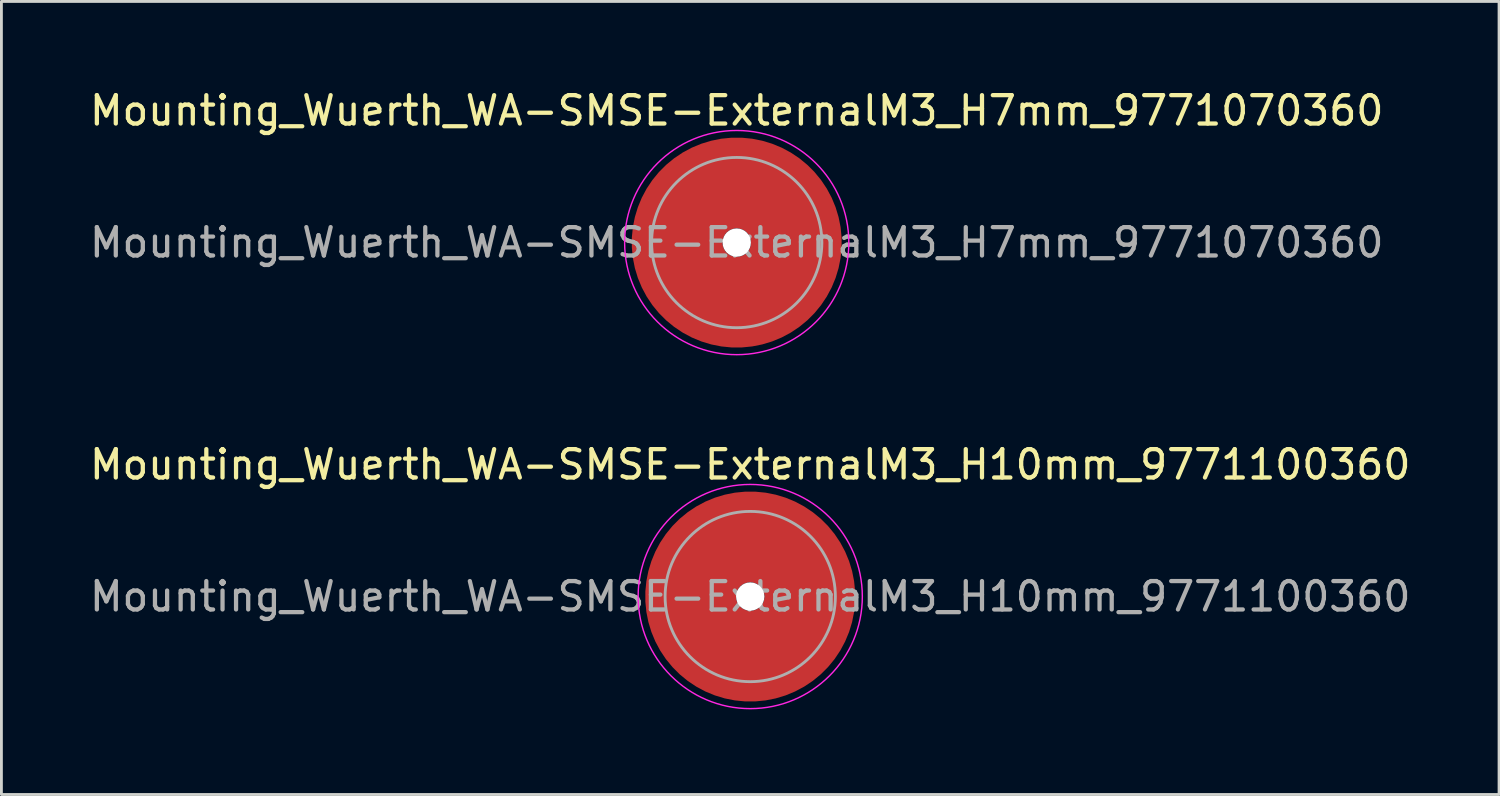
<source format=kicad_pcb>
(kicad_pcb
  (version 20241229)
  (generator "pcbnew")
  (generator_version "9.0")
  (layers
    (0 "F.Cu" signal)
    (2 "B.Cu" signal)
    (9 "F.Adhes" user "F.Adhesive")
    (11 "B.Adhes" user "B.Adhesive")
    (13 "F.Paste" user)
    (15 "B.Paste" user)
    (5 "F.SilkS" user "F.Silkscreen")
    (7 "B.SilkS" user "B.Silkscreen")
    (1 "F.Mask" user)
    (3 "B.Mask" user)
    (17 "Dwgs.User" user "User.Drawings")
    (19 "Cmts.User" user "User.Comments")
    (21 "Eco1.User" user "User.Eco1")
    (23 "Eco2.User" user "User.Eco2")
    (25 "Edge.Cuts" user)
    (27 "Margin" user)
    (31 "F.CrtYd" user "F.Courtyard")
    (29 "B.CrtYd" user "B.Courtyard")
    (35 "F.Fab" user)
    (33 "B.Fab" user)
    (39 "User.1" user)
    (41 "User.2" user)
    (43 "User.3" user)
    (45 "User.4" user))
  (footprint "Mounting_Wuerth_WA-SMSE-ExternalM3_H7mm_9771070360"
    (layer "F.Cu")
    (at 22.911 5.498)
    (property "Reference" "Mounting_Wuerth_WA-SMSE-ExternalM3_H7mm_9771070360" (at 0 -4.65 0) (layer "F.SilkS") (effects (font (size 1 1) (thickness 0.15))))
    (attr smd)
    (fp_circle (center 0 0) (end 3.95 0) (stroke (width 0.05) (type solid)) (fill no) (layer "F.CrtYd"))
    (fp_circle (center 0 0) (end 3 0) (stroke (width 0.1) (type solid)) (fill no) (layer "F.Fab"))
    (fp_text user "${REFERENCE}" (at 0 0 0) (layer "F.Fab") (effects (font (size 1 1) (thickness 0.15))))
    (pad "" smd custom (at 0 -2.1) (size 2.6 2.6) (layers "F.Paste") (options (anchor circle)) (primitives (gr_arc (start -0.305123 1.47) (mid 0 1.4) (end 0.305123 1.47) (width 0.2)) (gr_arc (start -0.493052 1.47) (mid 0 1.3) (end 0.493052 1.47) (width 0.2)) (gr_arc (start -0.642729 1.47) (mid 0 1.2) (end 0.642729 1.47) (width 0.2)) (gr_arc (start -0.776595 1.47) (mid 0 1.1) (end 0.776595 1.47) (width 0.2)) (gr_arc (start -0.901721 1.47) (mid 0 1) (end 0.901721 1.47) (width 0.2)) (gr_arc (start -1.021323 1.47) (mid 0 0.9) (end 1.021323 1.47) (width 0.2)) (gr_arc (start -1.137146 1.47) (mid 0 0.8) (end 1.137146 1.47) (width 0.2)) (gr_arc (start -1.25024 1.47) (mid 0 0.7) (end 1.25024 1.47) (width 0.2)) (gr_arc (start -1.361286 1.47) (mid 0 0.6) (end 1.361286 1.47) (width 0.2)) (gr_arc (start -1.470748 1.47) (mid 0 0.5) (end 1.470748 1.47) (width 0.2)) (gr_arc (start -1.578955 1.47) (mid 0 0.4) (end 1.578955 1.47) (width 0.2)) (gr_arc (start -1.686149 1.47) (mid 0 0.3) (end 1.686149 1.47) (width 0.2)) (gr_arc (start -1.792512 1.47) (mid 0 0.2) (end 1.792512 1.47) (width 0.2)) (gr_arc (start -1.898183 1.47) (mid 0 0.1) (end 1.898183 1.47) (width 0.2)) (gr_arc (start -2.003272 1.47) (mid 0 0) (end 2.003272 1.47) (width 0.2)) (gr_arc (start -2.107866 1.47) (mid 0 -0.1) (end 2.107866 1.47) (width 0.2)) (gr_arc (start -2.212035 1.47) (mid 0 -0.2) (end 2.212035 1.47) (width 0.2)) (gr_arc (start -2.315837 1.47) (mid 0 -0.3) (end 2.315837 1.47) (width 0.2)) (gr_arc (start -2.419318 1.47) (mid 0 -0.4) (end 2.419318 1.47) (width 0.2)) (gr_arc (start -2.522519 1.47) (mid 0 -0.5) (end 2.522519 1.47) (width 0.2)) (gr_arc (start -2.625471 1.47) (mid 0 -0.6) (end 2.625471 1.47) (width 0.2)) (gr_arc (start -2.728205 1.47) (mid 0 -0.7) (end 2.728205 1.47) (width 0.2)) (gr_arc (start -2.830742 1.47) (mid 0 -0.8) (end 2.830742 1.47) (width 0.2)) (gr_arc (start -2.933104 1.47) (mid 0 -0.9) (end 2.933104 1.47) (width 0.2)) (gr_arc (start -3.035309 1.47) (mid 0 -1) (end 3.035309 1.47) (width 0.2)) (gr_arc (start -3.137372 1.47) (mid 0 -1.1) (end 3.137372 1.47) (width 0.2)) (gr_arc (start -3.239305 1.47) (mid 0 -1.2) (end 3.239305 1.47) (width 0.2)) (gr_arc (start -3.341123 1.47) (mid 0 -1.3) (end 3.341123 1.47) (width 0.2)) (gr_arc (start -3.442833 1.47) (mid 0 -1.4) (end 3.442833 1.47) (width 0.2)) (gr_line (start 0.305 1.47) (end 3.443 1.47) (width 0.2)) (gr_line (start -0.305 1.47) (end -3.443 1.47) (width 0.2))))
    (pad "" np_thru_hole circle (at 0 0) (size 1 1) (drill 1) (layers "*.Cu" "*.Mask"))
    (pad "" smd custom (at 0 2.1) (size 2.6 2.6) (layers "F.Paste") (options (anchor circle)) (primitives (gr_arc (start 0.305123 -1.47) (mid 0 -1.4) (end -0.305123 -1.47) (width 0.2)) (gr_arc (start 0.493052 -1.47) (mid 0 -1.3) (end -0.493052 -1.47) (width 0.2)) (gr_arc (start 0.642729 -1.47) (mid 0 -1.2) (end -0.642729 -1.47) (width 0.2)) (gr_arc (start 0.776595 -1.47) (mid 0 -1.1) (end -0.776595 -1.47) (width 0.2)) (gr_arc (start 0.901721 -1.47) (mid 0 -1) (end -0.901721 -1.47) (width 0.2)) (gr_arc (start 1.021323 -1.47) (mid 0 -0.9) (end -1.021323 -1.47) (width 0.2)) (gr_arc (start 1.137146 -1.47) (mid 0 -0.8) (end -1.137146 -1.47) (width 0.2)) (gr_arc (start 1.25024 -1.47) (mid 0 -0.7) (end -1.25024 -1.47) (width 0.2)) (gr_arc (start 1.361286 -1.47) (mid 0 -0.6) (end -1.361286 -1.47) (width 0.2)) (gr_arc (start 1.470748 -1.47) (mid 0 -0.5) (end -1.470748 -1.47) (width 0.2)) (gr_arc (start 1.578955 -1.47) (mid 0 -0.4) (end -1.578955 -1.47) (width 0.2)) (gr_arc (start 1.686149 -1.47) (mid 0 -0.3) (end -1.686149 -1.47) (width 0.2)) (gr_arc (start 1.792512 -1.47) (mid 0 -0.2) (end -1.792512 -1.47) (width 0.2)) (gr_arc (start 1.898183 -1.47) (mid 0 -0.1) (end -1.898183 -1.47) (width 0.2)) (gr_arc (start 2.003272 -1.47) (mid 0 0) (end -2.003272 -1.47) (width 0.2)) (gr_arc (start 2.107866 -1.47) (mid 0 0.1) (end -2.107866 -1.47) (width 0.2)) (gr_arc (start 2.212035 -1.47) (mid 0 0.2) (end -2.212035 -1.47) (width 0.2)) (gr_arc (start 2.315837 -1.47) (mid 0 0.3) (end -2.315837 -1.47) (width 0.2)) (gr_arc (start 2.419318 -1.47) (mid 0 0.4) (end -2.419318 -1.47) (width 0.2)) (gr_arc (start 2.522519 -1.47) (mid 0 0.5) (end -2.522519 -1.47) (width 0.2)) (gr_arc (start 2.625471 -1.47) (mid 0 0.6) (end -2.625471 -1.47) (width 0.2)) (gr_arc (start 2.728205 -1.47) (mid 0 0.7) (end -2.728205 -1.47) (width 0.2)) (gr_arc (start 2.830742 -1.47) (mid 0 0.8) (end -2.830742 -1.47) (width 0.2)) (gr_arc (start 2.933104 -1.47) (mid 0 0.9) (end -2.933104 -1.47) (width 0.2)) (gr_arc (start 3.035309 -1.47) (mid 0 1) (end -3.035309 -1.47) (width 0.2)) (gr_arc (start 3.137372 -1.47) (mid 0 1.1) (end -3.137372 -1.47) (width 0.2)) (gr_arc (start 3.239305 -1.47) (mid 0 1.2) (end -3.239305 -1.47) (width 0.2)) (gr_arc (start 3.341123 -1.47) (mid 0 1.3) (end -3.341123 -1.47) (width 0.2)) (gr_arc (start 3.442833 -1.47) (mid 0 1.4) (end -3.442833 -1.47) (width 0.2)) (gr_line (start -0.305 -1.47) (end -3.443 -1.47) (width 0.2)) (gr_line (start 0.305 -1.47) (end 3.443 -1.47) (width 0.2))))
    (pad "1" smd circle (at -2.1 0) (size 2.8 2.8) (layers "F.Cu"))
    (pad "1" smd circle (at 0 -2.1) (size 2.8 2.8) (layers "F.Cu"))
    (pad "1" smd circle (at 0 2.1) (size 2.8 2.8) (layers "F.Cu"))
    (pad "1" smd custom (at 2.1 0) (size 2.8 2.8) (layers "F.Cu" "F.Mask") (options (anchor circle)) (primitives (gr_circle (center -2.1 0) (end 0 0) (width 3.2) (fill no)))))
  (footprint "Mounting_Wuerth_WA-SMSE-ExternalM3_H10mm_9771100360"
    (layer "F.Cu")
    (at 23.387 17.971)
    (property "Reference" "Mounting_Wuerth_WA-SMSE-ExternalM3_H10mm_9771100360" (at 0 -4.65 0) (layer "F.SilkS") (effects (font (size 1 1) (thickness 0.15))))
    (attr smd)
    (fp_circle (center 0 0) (end 3.95 0) (stroke (width 0.05) (type solid)) (fill no) (layer "F.CrtYd"))
    (fp_circle (center 0 0) (end 3 0) (stroke (width 0.1) (type solid)) (fill no) (layer "F.Fab"))
    (fp_text user "${REFERENCE}" (at 0 0 0) (layer "F.Fab") (effects (font (size 1 1) (thickness 0.15))))
    (pad "" smd custom (at 0 -2.1) (size 2.6 2.6) (layers "F.Paste") (options (anchor circle)) (primitives (gr_arc (start -0.305123 1.47) (mid 0 1.4) (end 0.305123 1.47) (width 0.2)) (gr_arc (start -0.493052 1.47) (mid 0 1.3) (end 0.493052 1.47) (width 0.2)) (gr_arc (start -0.642729 1.47) (mid 0 1.2) (end 0.642729 1.47) (width 0.2)) (gr_arc (start -0.776595 1.47) (mid 0 1.1) (end 0.776595 1.47) (width 0.2)) (gr_arc (start -0.901721 1.47) (mid 0 1) (end 0.901721 1.47) (width 0.2)) (gr_arc (start -1.021323 1.47) (mid 0 0.9) (end 1.021323 1.47) (width 0.2)) (gr_arc (start -1.137146 1.47) (mid 0 0.8) (end 1.137146 1.47) (width 0.2)) (gr_arc (start -1.25024 1.47) (mid 0 0.7) (end 1.25024 1.47) (width 0.2)) (gr_arc (start -1.361286 1.47) (mid 0 0.6) (end 1.361286 1.47) (width 0.2)) (gr_arc (start -1.470748 1.47) (mid 0 0.5) (end 1.470748 1.47) (width 0.2)) (gr_arc (start -1.578955 1.47) (mid 0 0.4) (end 1.578955 1.47) (width 0.2)) (gr_arc (start -1.686149 1.47) (mid 0 0.3) (end 1.686149 1.47) (width 0.2)) (gr_arc (start -1.792512 1.47) (mid 0 0.2) (end 1.792512 1.47) (width 0.2)) (gr_arc (start -1.898183 1.47) (mid 0 0.1) (end 1.898183 1.47) (width 0.2)) (gr_arc (start -2.003272 1.47) (mid 0 0) (end 2.003272 1.47) (width 0.2)) (gr_arc (start -2.107866 1.47) (mid 0 -0.1) (end 2.107866 1.47) (width 0.2)) (gr_arc (start -2.212035 1.47) (mid 0 -0.2) (end 2.212035 1.47) (width 0.2)) (gr_arc (start -2.315837 1.47) (mid 0 -0.3) (end 2.315837 1.47) (width 0.2)) (gr_arc (start -2.419318 1.47) (mid 0 -0.4) (end 2.419318 1.47) (width 0.2)) (gr_arc (start -2.522519 1.47) (mid 0 -0.5) (end 2.522519 1.47) (width 0.2)) (gr_arc (start -2.625471 1.47) (mid 0 -0.6) (end 2.625471 1.47) (width 0.2)) (gr_arc (start -2.728205 1.47) (mid 0 -0.7) (end 2.728205 1.47) (width 0.2)) (gr_arc (start -2.830742 1.47) (mid 0 -0.8) (end 2.830742 1.47) (width 0.2)) (gr_arc (start -2.933104 1.47) (mid 0 -0.9) (end 2.933104 1.47) (width 0.2)) (gr_arc (start -3.035309 1.47) (mid 0 -1) (end 3.035309 1.47) (width 0.2)) (gr_arc (start -3.137372 1.47) (mid 0 -1.1) (end 3.137372 1.47) (width 0.2)) (gr_arc (start -3.239305 1.47) (mid 0 -1.2) (end 3.239305 1.47) (width 0.2)) (gr_arc (start -3.341123 1.47) (mid 0 -1.3) (end 3.341123 1.47) (width 0.2)) (gr_arc (start -3.442833 1.47) (mid 0 -1.4) (end 3.442833 1.47) (width 0.2)) (gr_line (start 0.305 1.47) (end 3.443 1.47) (width 0.2)) (gr_line (start -0.305 1.47) (end -3.443 1.47) (width 0.2))))
    (pad "" np_thru_hole circle (at 0 0) (size 1 1) (drill 1) (layers "*.Cu" "*.Mask"))
    (pad "" smd custom (at 0 2.1) (size 2.6 2.6) (layers "F.Paste") (options (anchor circle)) (primitives (gr_arc (start 0.305123 -1.47) (mid 0 -1.4) (end -0.305123 -1.47) (width 0.2)) (gr_arc (start 0.493052 -1.47) (mid 0 -1.3) (end -0.493052 -1.47) (width 0.2)) (gr_arc (start 0.642729 -1.47) (mid 0 -1.2) (end -0.642729 -1.47) (width 0.2)) (gr_arc (start 0.776595 -1.47) (mid 0 -1.1) (end -0.776595 -1.47) (width 0.2)) (gr_arc (start 0.901721 -1.47) (mid 0 -1) (end -0.901721 -1.47) (width 0.2)) (gr_arc (start 1.021323 -1.47) (mid 0 -0.9) (end -1.021323 -1.47) (width 0.2)) (gr_arc (start 1.137146 -1.47) (mid 0 -0.8) (end -1.137146 -1.47) (width 0.2)) (gr_arc (start 1.25024 -1.47) (mid 0 -0.7) (end -1.25024 -1.47) (width 0.2)) (gr_arc (start 1.361286 -1.47) (mid 0 -0.6) (end -1.361286 -1.47) (width 0.2)) (gr_arc (start 1.470748 -1.47) (mid 0 -0.5) (end -1.470748 -1.47) (width 0.2)) (gr_arc (start 1.578955 -1.47) (mid 0 -0.4) (end -1.578955 -1.47) (width 0.2)) (gr_arc (start 1.686149 -1.47) (mid 0 -0.3) (end -1.686149 -1.47) (width 0.2)) (gr_arc (start 1.792512 -1.47) (mid 0 -0.2) (end -1.792512 -1.47) (width 0.2)) (gr_arc (start 1.898183 -1.47) (mid 0 -0.1) (end -1.898183 -1.47) (width 0.2)) (gr_arc (start 2.003272 -1.47) (mid 0 0) (end -2.003272 -1.47) (width 0.2)) (gr_arc (start 2.107866 -1.47) (mid 0 0.1) (end -2.107866 -1.47) (width 0.2)) (gr_arc (start 2.212035 -1.47) (mid 0 0.2) (end -2.212035 -1.47) (width 0.2)) (gr_arc (start 2.315837 -1.47) (mid 0 0.3) (end -2.315837 -1.47) (width 0.2)) (gr_arc (start 2.419318 -1.47) (mid 0 0.4) (end -2.419318 -1.47) (width 0.2)) (gr_arc (start 2.522519 -1.47) (mid 0 0.5) (end -2.522519 -1.47) (width 0.2)) (gr_arc (start 2.625471 -1.47) (mid 0 0.6) (end -2.625471 -1.47) (width 0.2)) (gr_arc (start 2.728205 -1.47) (mid 0 0.7) (end -2.728205 -1.47) (width 0.2)) (gr_arc (start 2.830742 -1.47) (mid 0 0.8) (end -2.830742 -1.47) (width 0.2)) (gr_arc (start 2.933104 -1.47) (mid 0 0.9) (end -2.933104 -1.47) (width 0.2)) (gr_arc (start 3.035309 -1.47) (mid 0 1) (end -3.035309 -1.47) (width 0.2)) (gr_arc (start 3.137372 -1.47) (mid 0 1.1) (end -3.137372 -1.47) (width 0.2)) (gr_arc (start 3.239305 -1.47) (mid 0 1.2) (end -3.239305 -1.47) (width 0.2)) (gr_arc (start 3.341123 -1.47) (mid 0 1.3) (end -3.341123 -1.47) (width 0.2)) (gr_arc (start 3.442833 -1.47) (mid 0 1.4) (end -3.442833 -1.47) (width 0.2)) (gr_line (start -0.305 -1.47) (end -3.443 -1.47) (width 0.2)) (gr_line (start 0.305 -1.47) (end 3.443 -1.47) (width 0.2))))
    (pad "1" smd circle (at -2.1 0) (size 2.8 2.8) (layers "F.Cu"))
    (pad "1" smd circle (at 0 -2.1) (size 2.8 2.8) (layers "F.Cu"))
    (pad "1" smd circle (at 0 2.1) (size 2.8 2.8) (layers "F.Cu"))
    (pad "1" smd custom (at 2.1 0) (size 2.8 2.8) (layers "F.Cu" "F.Mask") (options (anchor circle)) (primitives (gr_circle (center -2.1 0) (end 0 0) (width 3.2) (fill no)))))
  (gr_rect
    (start -3 -3)
    (end 49.774 24.947)
    (stroke (width 0.1) (type default))
    (fill no)
    (layer "Edge.Cuts")))
</source>
